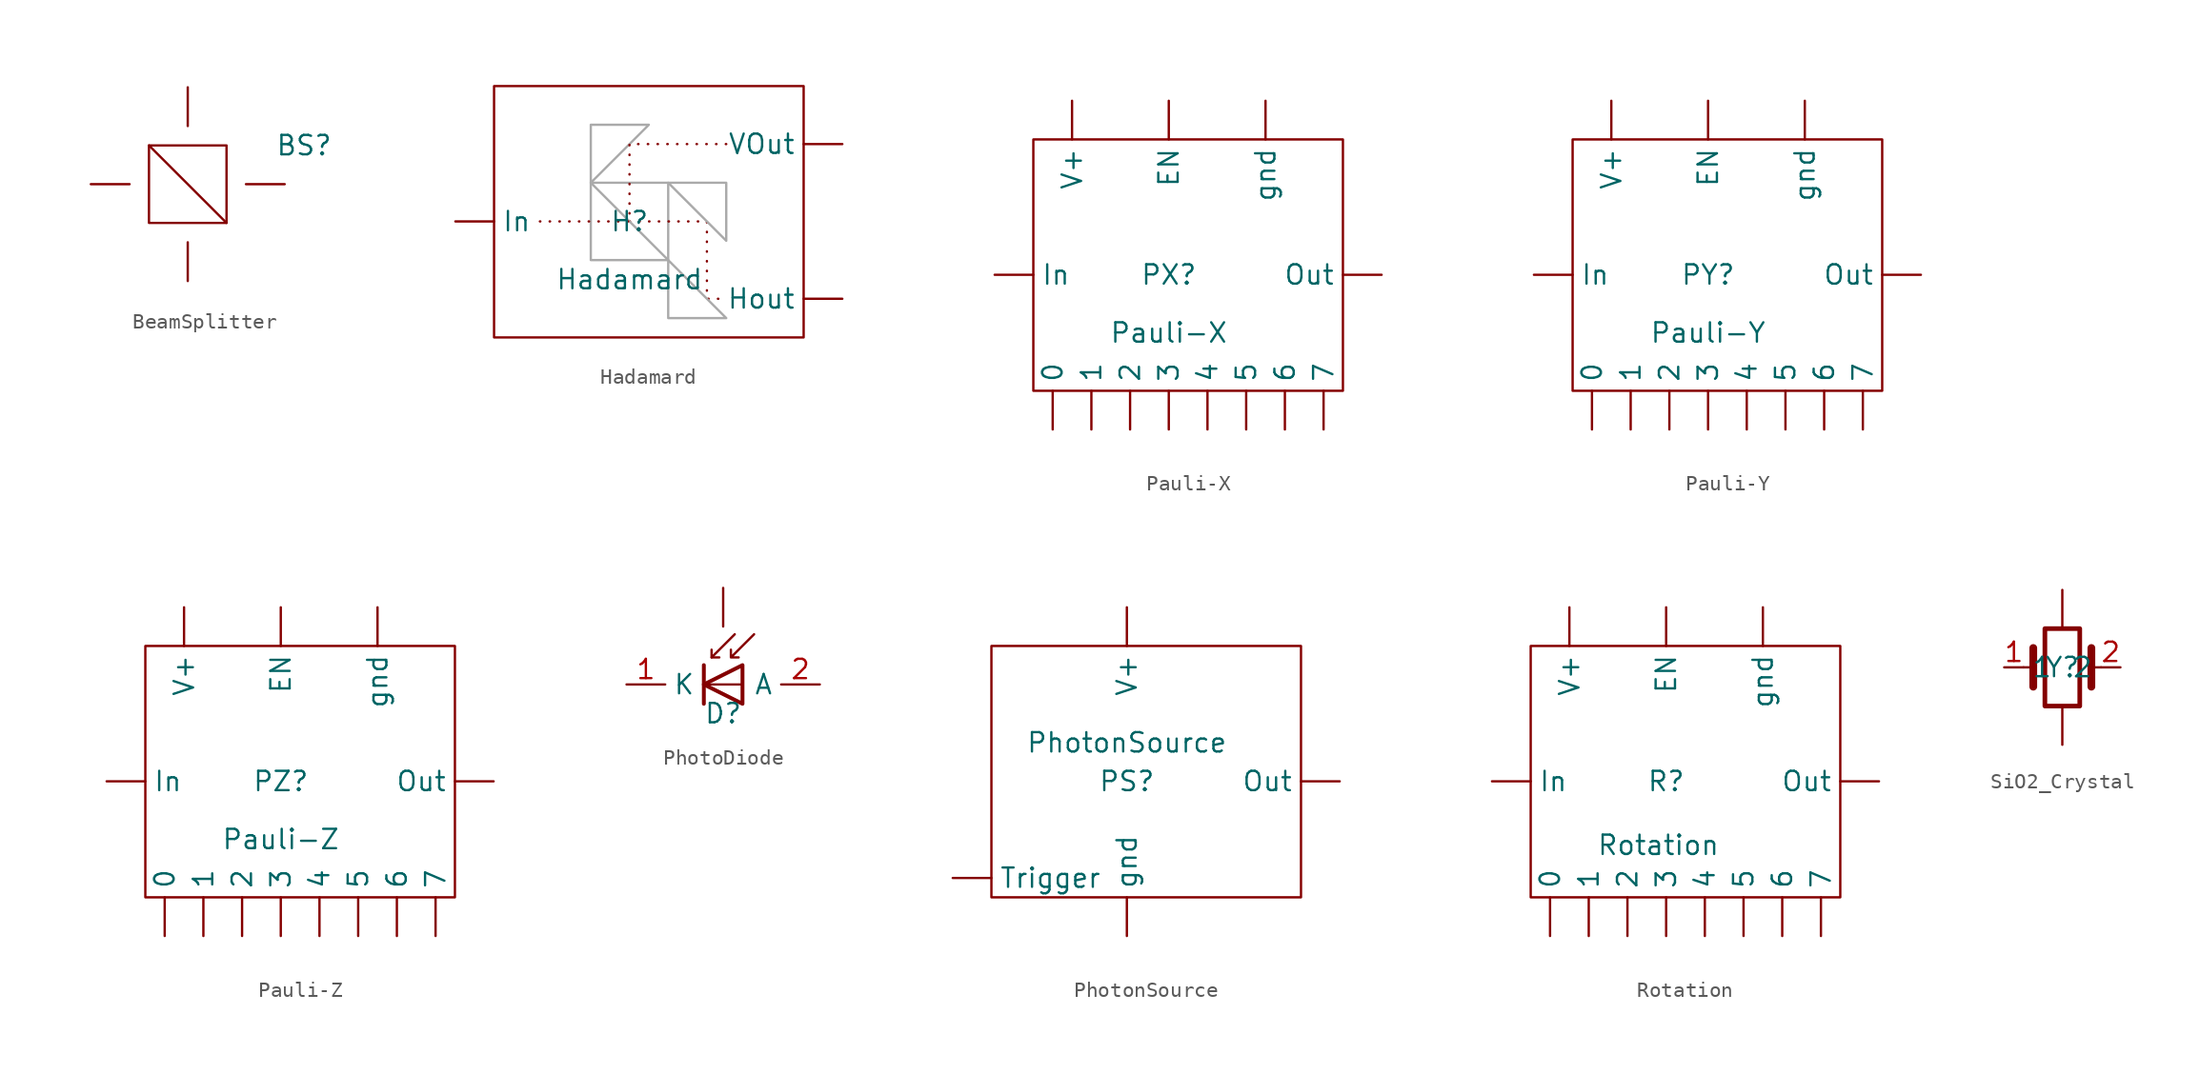
<source format=kicad_sym>
(kicad_symbol_lib
  (version 20220914)
  (generator kicad_symbol_editor)
  (symbol "BeamSplitter"
    (property "Reference" "BS"
      (at 7.62 2.54 0)
      (effects (font (size 1.27 1.27))))
    (property "Value" ""
      (at 0 0 0)
      (effects (font (size 1.27 1.27))))
    (symbol "BeamSplitter_0_1"
      (rectangle (start -2.54 2.54) (end 2.54 -2.54) (stroke (width 0) (type default)) (fill (type none)))
      (polyline (pts (xy 2.54 -2.54) (xy -2.54 2.54)) (stroke (width 0) (type default)) (fill (type none))))
    (symbol "BeamSplitter_1_1"
      (pin bidirectional line (at -6.35 0 0) (length 2.54) (name "" (effects (font (size 1.27 1.27)))) (number "" (effects (font (size 1.27 1.27)))))
      (pin bidirectional line (at 0 -6.35 90) (length 2.54) (name "" (effects (font (size 1.27 1.27)))) (number "" (effects (font (size 1.27 1.27)))))
      (pin bidirectional line (at 0 6.35 270) (length 2.54) (name "" (effects (font (size 1.27 1.27)))) (number "" (effects (font (size 1.27 1.27)))))
      (pin bidirectional line (at 6.35 0 180) (length 2.54) (name "" (effects (font (size 1.27 1.27)))) (number "" (effects (font (size 1.27 1.27)))))))
  (symbol "Hadamard"
    (property "Reference" "H"
      (at 0 0 0)
      (effects (font (size 1.27 1.27))))
    (property "Value" "Hadamard"
      (at 0 -3.81 0)
      (effects (font (size 1.27 1.27))))
    (symbol "Hadamard_0_1"
      (rectangle (start -8.89 8.89) (end 11.43 -7.62) (stroke (width 0) (type default)) (fill (type none))))
    (symbol "Hadamard_1_1"
      (rectangle (start -2.54 2.54) (end 2.54 -2.54) (stroke (width 0) (type default) (color 170 170 170 1)) (fill (type none)))
      (polyline (pts (xy 2.54 -2.54) (xy -2.54 2.54)) (stroke (width 0) (type default) (color 170 170 170 1)) (fill (type none)))
      (polyline (pts (xy -2.54 2.54) (xy 1.27 6.35) (xy -2.54 6.35) (xy -2.54 2.54)) (stroke (width 0) (type default) (color 170 170 170 1)) (fill (type none)))
      (polyline (pts (xy 0 0) (xy 5.08 0) (xy 5.08 -5.08) (xy 6.35 -5.08)) (stroke (width 0) (type dot)) (fill (type none)))
      (polyline (pts (xy 2.54 2.54) (xy 6.35 -1.27) (xy 6.35 2.54) (xy 2.54 2.54)) (stroke (width 0) (type default) (color 170 170 170 1)) (fill (type none)))
      (polyline (pts (xy 6.35 -6.35) (xy 2.54 -2.54) (xy 2.54 -6.35) (xy 6.35 -6.35)) (stroke (width 0) (type default) (color 170 170 170 1)) (fill (type none)))
      (polyline (pts (xy 6.35 5.08) (xy 0 5.08) (xy 0 0) (xy -6.35 0)) (stroke (width 0) (type dot)) (fill (type none)))
      (pin output line (at 13.97 -5.08 180) (length 2.54) (name "Hout" (effects (font (size 1.27 1.27)))) (number "" (effects (font (size 1.27 1.27)))))
      (pin input line (at -11.43 0 0) (length 2.54) (name "In" (effects (font (size 1.27 1.27)))) (number "" (effects (font (size 1.27 1.27)))))
      (pin output line (at 13.97 5.08 180) (length 2.54) (name "VOut" (effects (font (size 1.27 1.27)))) (number "" (effects (font (size 1.27 1.27)))))))
  (symbol "Pauli-X"
    (property "Reference" "PX"
      (at 0 0 0)
      (effects (font (size 1.27 1.27))))
    (property "Value" "Pauli-X"
      (at 0 -3.81 0)
      (effects (font (size 1.27 1.27))))
    (symbol "Pauli-X_0_1"
      (rectangle (start -8.89 8.89) (end 11.43 -7.62) (stroke (width 0) (type default)) (fill (type none))))
    (symbol "Pauli-X_1_1"
      (pin input line (at -7.62 -10.16 90) (length 2.54) (name "0" (effects (font (size 1.27 1.27)))) (number "" (effects (font (size 1.27 1.27)))))
      (pin input line (at -5.08 -10.16 90) (length 2.54) (name "1" (effects (font (size 1.27 1.27)))) (number "" (effects (font (size 1.27 1.27)))))
      (pin input line (at -2.54 -10.16 90) (length 2.54) (name "2" (effects (font (size 1.27 1.27)))) (number "" (effects (font (size 1.27 1.27)))))
      (pin input line (at 0 -10.16 90) (length 2.54) (name "3" (effects (font (size 1.27 1.27)))) (number "" (effects (font (size 1.27 1.27)))))
      (pin input line (at 2.54 -10.16 90) (length 2.54) (name "4" (effects (font (size 1.27 1.27)))) (number "" (effects (font (size 1.27 1.27)))))
      (pin input line (at 5.08 -10.16 90) (length 2.54) (name "5" (effects (font (size 1.27 1.27)))) (number "" (effects (font (size 1.27 1.27)))))
      (pin input line (at 7.62 -10.16 90) (length 2.54) (name "6" (effects (font (size 1.27 1.27)))) (number "" (effects (font (size 1.27 1.27)))))
      (pin input line (at 10.16 -10.16 90) (length 2.54) (name "7" (effects (font (size 1.27 1.27)))) (number "" (effects (font (size 1.27 1.27)))))
      (pin input line (at 0 11.43 270) (length 2.54) (name "EN" (effects (font (size 1.27 1.27)))) (number "" (effects (font (size 1.27 1.27)))))
      (pin input line (at -11.43 0 0) (length 2.54) (name "In" (effects (font (size 1.27 1.27)))) (number "" (effects (font (size 1.27 1.27)))))
      (pin output line (at 13.97 0 180) (length 2.54) (name "Out" (effects (font (size 1.27 1.27)))) (number "" (effects (font (size 1.27 1.27)))))
      (pin power_in line (at -6.35 11.43 270) (length 2.54) (name "V+" (effects (font (size 1.27 1.27)))) (number "" (effects (font (size 1.27 1.27)))))
      (pin power_out line (at 6.35 11.43 270) (length 2.54) (name "gnd" (effects (font (size 1.27 1.27)))) (number "" (effects (font (size 1.27 1.27)))))))
  (symbol "Pauli-Y"
    (property "Reference" "PY"
      (at 0 0 0)
      (effects (font (size 1.27 1.27))))
    (property "Value" "Pauli-Y"
      (at 0 -3.81 0)
      (effects (font (size 1.27 1.27))))
    (symbol "Pauli-Y_0_1"
      (rectangle (start -8.89 8.89) (end 11.43 -7.62) (stroke (width 0) (type default)) (fill (type none))))
    (symbol "Pauli-Y_1_1"
      (pin input line (at -7.62 -10.16 90) (length 2.54) (name "0" (effects (font (size 1.27 1.27)))) (number "" (effects (font (size 1.27 1.27)))))
      (pin input line (at -5.08 -10.16 90) (length 2.54) (name "1" (effects (font (size 1.27 1.27)))) (number "" (effects (font (size 1.27 1.27)))))
      (pin input line (at -2.54 -10.16 90) (length 2.54) (name "2" (effects (font (size 1.27 1.27)))) (number "" (effects (font (size 1.27 1.27)))))
      (pin input line (at 0 -10.16 90) (length 2.54) (name "3" (effects (font (size 1.27 1.27)))) (number "" (effects (font (size 1.27 1.27)))))
      (pin input line (at 2.54 -10.16 90) (length 2.54) (name "4" (effects (font (size 1.27 1.27)))) (number "" (effects (font (size 1.27 1.27)))))
      (pin input line (at 5.08 -10.16 90) (length 2.54) (name "5" (effects (font (size 1.27 1.27)))) (number "" (effects (font (size 1.27 1.27)))))
      (pin input line (at 7.62 -10.16 90) (length 2.54) (name "6" (effects (font (size 1.27 1.27)))) (number "" (effects (font (size 1.27 1.27)))))
      (pin input line (at 10.16 -10.16 90) (length 2.54) (name "7" (effects (font (size 1.27 1.27)))) (number "" (effects (font (size 1.27 1.27)))))
      (pin input line (at 0 11.43 270) (length 2.54) (name "EN" (effects (font (size 1.27 1.27)))) (number "" (effects (font (size 1.27 1.27)))))
      (pin input line (at -11.43 0 0) (length 2.54) (name "In" (effects (font (size 1.27 1.27)))) (number "" (effects (font (size 1.27 1.27)))))
      (pin output line (at 13.97 0 180) (length 2.54) (name "Out" (effects (font (size 1.27 1.27)))) (number "" (effects (font (size 1.27 1.27)))))
      (pin power_in line (at -6.35 11.43 270) (length 2.54) (name "V+" (effects (font (size 1.27 1.27)))) (number "" (effects (font (size 1.27 1.27)))))
      (pin power_out line (at 6.35 11.43 270) (length 2.54) (name "gnd" (effects (font (size 1.27 1.27)))) (number "" (effects (font (size 1.27 1.27)))))))
  (symbol "Pauli-Z"
    (property "Reference" "PZ"
      (at 0 0 0)
      (effects (font (size 1.27 1.27))))
    (property "Value" "Pauli-Z"
      (at 0 -3.81 0)
      (effects (font (size 1.27 1.27))))
    (symbol "Pauli-Z_0_1"
      (rectangle (start -8.89 8.89) (end 11.43 -7.62) (stroke (width 0) (type default)) (fill (type none))))
    (symbol "Pauli-Z_1_1"
      (pin input line (at -7.62 -10.16 90) (length 2.54) (name "0" (effects (font (size 1.27 1.27)))) (number "" (effects (font (size 1.27 1.27)))))
      (pin input line (at -5.08 -10.16 90) (length 2.54) (name "1" (effects (font (size 1.27 1.27)))) (number "" (effects (font (size 1.27 1.27)))))
      (pin input line (at -2.54 -10.16 90) (length 2.54) (name "2" (effects (font (size 1.27 1.27)))) (number "" (effects (font (size 1.27 1.27)))))
      (pin input line (at 0 -10.16 90) (length 2.54) (name "3" (effects (font (size 1.27 1.27)))) (number "" (effects (font (size 1.27 1.27)))))
      (pin input line (at 2.54 -10.16 90) (length 2.54) (name "4" (effects (font (size 1.27 1.27)))) (number "" (effects (font (size 1.27 1.27)))))
      (pin input line (at 5.08 -10.16 90) (length 2.54) (name "5" (effects (font (size 1.27 1.27)))) (number "" (effects (font (size 1.27 1.27)))))
      (pin input line (at 7.62 -10.16 90) (length 2.54) (name "6" (effects (font (size 1.27 1.27)))) (number "" (effects (font (size 1.27 1.27)))))
      (pin input line (at 10.16 -10.16 90) (length 2.54) (name "7" (effects (font (size 1.27 1.27)))) (number "" (effects (font (size 1.27 1.27)))))
      (pin input line (at 0 11.43 270) (length 2.54) (name "EN" (effects (font (size 1.27 1.27)))) (number "" (effects (font (size 1.27 1.27)))))
      (pin input line (at -11.43 0 0) (length 2.54) (name "In" (effects (font (size 1.27 1.27)))) (number "" (effects (font (size 1.27 1.27)))))
      (pin output line (at 13.97 0 180) (length 2.54) (name "Out" (effects (font (size 1.27 1.27)))) (number "" (effects (font (size 1.27 1.27)))))
      (pin power_in line (at -6.35 11.43 270) (length 2.54) (name "V+" (effects (font (size 1.27 1.27)))) (number "" (effects (font (size 1.27 1.27)))))
      (pin power_out line (at 6.35 11.43 270) (length 2.54) (name "gnd" (effects (font (size 1.27 1.27)))) (number "" (effects (font (size 1.27 1.27)))))))
  (symbol "PhotoDiode"
    (property "Reference" "D"
      (at 0 -1.905 0)
      (effects (font (size 1.27 1.27))))
    (property "Value" ""
      (at -1.27 0 0)
      (effects (font (size 1.27 1.27))))
    (symbol "PhotoDiode_0_1"
      (polyline (pts (xy -1.27 1.27) (xy -1.27 -1.27)) (stroke (width 0.254) (type default)) (fill (type none)))
      (polyline (pts (xy -0.762 1.778) (xy -0.254 1.778)) (stroke (width 0) (type default)) (fill (type none)))
      (polyline (pts (xy 1.27 0) (xy -1.27 0)) (stroke (width 0) (type default)) (fill (type none)))
      (polyline (pts (xy 0.762 3.302) (xy -0.762 1.778) (xy -0.762 2.286)) (stroke (width 0) (type default)) (fill (type none)))
      (polyline (pts (xy 1.27 -1.27) (xy 1.27 1.27) (xy -1.27 0) (xy 1.27 -1.27)) (stroke (width 0.254) (type default)) (fill (type none)))
      (polyline (pts (xy 2.032 3.302) (xy 0.508 1.778) (xy 0.508 2.286) (xy 0.508 1.778) (xy 1.016 1.778)) (stroke (width 0) (type default)) (fill (type none))))
    (symbol "PhotoDiode_1_1"
      (pin bidirectional line (at 0 6.35 270) (length 2.54) (name "" (effects (font (size 1.27 1.27)))) (number "" (effects (font (size 1.27 1.27)))))
      (pin passive line (at -6.35 0 0) (length 2.54) (name "K" (effects (font (size 1.27 1.27)))) (number "1" (effects (font (size 1.27 1.27)))))
      (pin passive line (at 6.35 0 180) (length 2.54) (name "A" (effects (font (size 1.27 1.27)))) (number "2" (effects (font (size 1.27 1.27)))))))
  (symbol "PhotonSource"
    (property "Reference" "PS"
      (at 0 0 0)
      (effects (font (size 1.27 1.27))))
    (property "Value" "PhotonSource"
      (at 0 2.54 0)
      (effects (font (size 1.27 1.27))))
    (symbol "PhotonSource_0_1"
      (rectangle (start -8.89 8.89) (end 11.43 -7.62) (stroke (width 0) (type default)) (fill (type none))))
    (symbol "PhotonSource_1_1"
      (pin output line (at 13.97 0 180) (length 2.54) (name "Out" (effects (font (size 1.27 1.27)))) (number "" (effects (font (size 1.27 1.27)))))
      (pin input line (at -11.43 -6.35 0) (length 2.54) (name "Trigger" (effects (font (size 1.27 1.27)))) (number "" (effects (font (size 1.27 1.27)))))
      (pin power_in line (at 0 11.43 270) (length 2.54) (name "V+" (effects (font (size 1.27 1.27)))) (number "" (effects (font (size 1.27 1.27)))))
      (pin power_out line (at 0 -10.16 90) (length 2.54) (name "gnd" (effects (font (size 1.27 1.27)))) (number "" (effects (font (size 1.27 1.27)))))))
  (symbol "Rotation"
    (property "Reference" "R"
      (at 0 0 0)
      (effects (font (size 1.27 1.27))))
    (property "Value" "Rotation"
      (at -0.508 -4.191 0)
      (effects (font (size 1.27 1.27))))
    (symbol "Rotation_0_1"
      (rectangle (start -8.89 8.89) (end 11.43 -7.62) (stroke (width 0) (type default)) (fill (type none))))
    (symbol "Rotation_1_1"
      (pin input line (at -7.62 -10.16 90) (length 2.54) (name "0" (effects (font (size 1.27 1.27)))) (number "" (effects (font (size 1.27 1.27)))))
      (pin input line (at -5.08 -10.16 90) (length 2.54) (name "1" (effects (font (size 1.27 1.27)))) (number "" (effects (font (size 1.27 1.27)))))
      (pin input line (at -2.54 -10.16 90) (length 2.54) (name "2" (effects (font (size 1.27 1.27)))) (number "" (effects (font (size 1.27 1.27)))))
      (pin input line (at 0 -10.16 90) (length 2.54) (name "3" (effects (font (size 1.27 1.27)))) (number "" (effects (font (size 1.27 1.27)))))
      (pin input line (at 2.54 -10.16 90) (length 2.54) (name "4" (effects (font (size 1.27 1.27)))) (number "" (effects (font (size 1.27 1.27)))))
      (pin input line (at 5.08 -10.16 90) (length 2.54) (name "5" (effects (font (size 1.27 1.27)))) (number "" (effects (font (size 1.27 1.27)))))
      (pin input line (at 7.62 -10.16 90) (length 2.54) (name "6" (effects (font (size 1.27 1.27)))) (number "" (effects (font (size 1.27 1.27)))))
      (pin input line (at 10.16 -10.16 90) (length 2.54) (name "7" (effects (font (size 1.27 1.27)))) (number "" (effects (font (size 1.27 1.27)))))
      (pin input line (at 0 11.43 270) (length 2.54) (name "EN" (effects (font (size 1.27 1.27)))) (number "" (effects (font (size 1.27 1.27)))))
      (pin input line (at -11.43 0 0) (length 2.54) (name "In" (effects (font (size 1.27 1.27)))) (number "" (effects (font (size 1.27 1.27)))))
      (pin output line (at 13.97 0 180) (length 2.54) (name "Out" (effects (font (size 1.27 1.27)))) (number "" (effects (font (size 1.27 1.27)))))
      (pin power_in line (at -6.35 11.43 270) (length 2.54) (name "V+" (effects (font (size 1.27 1.27)))) (number "" (effects (font (size 1.27 1.27)))))
      (pin power_out line (at 6.35 11.43 270) (length 2.54) (name "gnd" (effects (font (size 1.27 1.27)))) (number "" (effects (font (size 1.27 1.27)))))))
  (symbol "SiO2_Crystal"
    (property "Reference" "Y"
      (at 0 0 0)
      (effects (font (size 1.27 1.27))))
    (property "Value" ""
      (at 0 0 0)
      (effects (font (size 1.27 1.27))))
    (symbol "SiO2_Crystal_0_1"
      (rectangle (start -1.143 2.54) (end 1.143 -2.54) (stroke (width 0.305) (type default)) (fill (type none)))
      (polyline (pts (xy -2.54 0) (xy -1.905 0)) (stroke (width 0) (type default)) (fill (type none)))
      (polyline (pts (xy -1.905 -1.27) (xy -1.905 1.27)) (stroke (width 0.508) (type default)) (fill (type none)))
      (polyline (pts (xy 1.905 -1.27) (xy 1.905 1.27)) (stroke (width 0.508) (type default)) (fill (type none)))
      (polyline (pts (xy 2.54 0) (xy 1.905 0)) (stroke (width 0) (type default)) (fill (type none))))
    (symbol "SiO2_Crystal_1_1"
      (pin bidirectional line (at 0 -5.08 90) (length 2.54) (name "" (effects (font (size 1.27 1.27)))) (number "" (effects (font (size 1.27 1.27)))))
      (pin bidirectional line (at 0 5.08 270) (length 2.54) (name "" (effects (font (size 1.27 1.27)))) (number "" (effects (font (size 1.27 1.27)))))
      (pin passive line (at -3.81 0 0) (length 1.27) (name "1" (effects (font (size 1.27 1.27)))) (number "1" (effects (font (size 1.27 1.27)))))
      (pin passive line (at 3.81 0 180) (length 1.27) (name "2" (effects (font (size 1.27 1.27)))) (number "2" (effects (font (size 1.27 1.27))))))))
</source>
